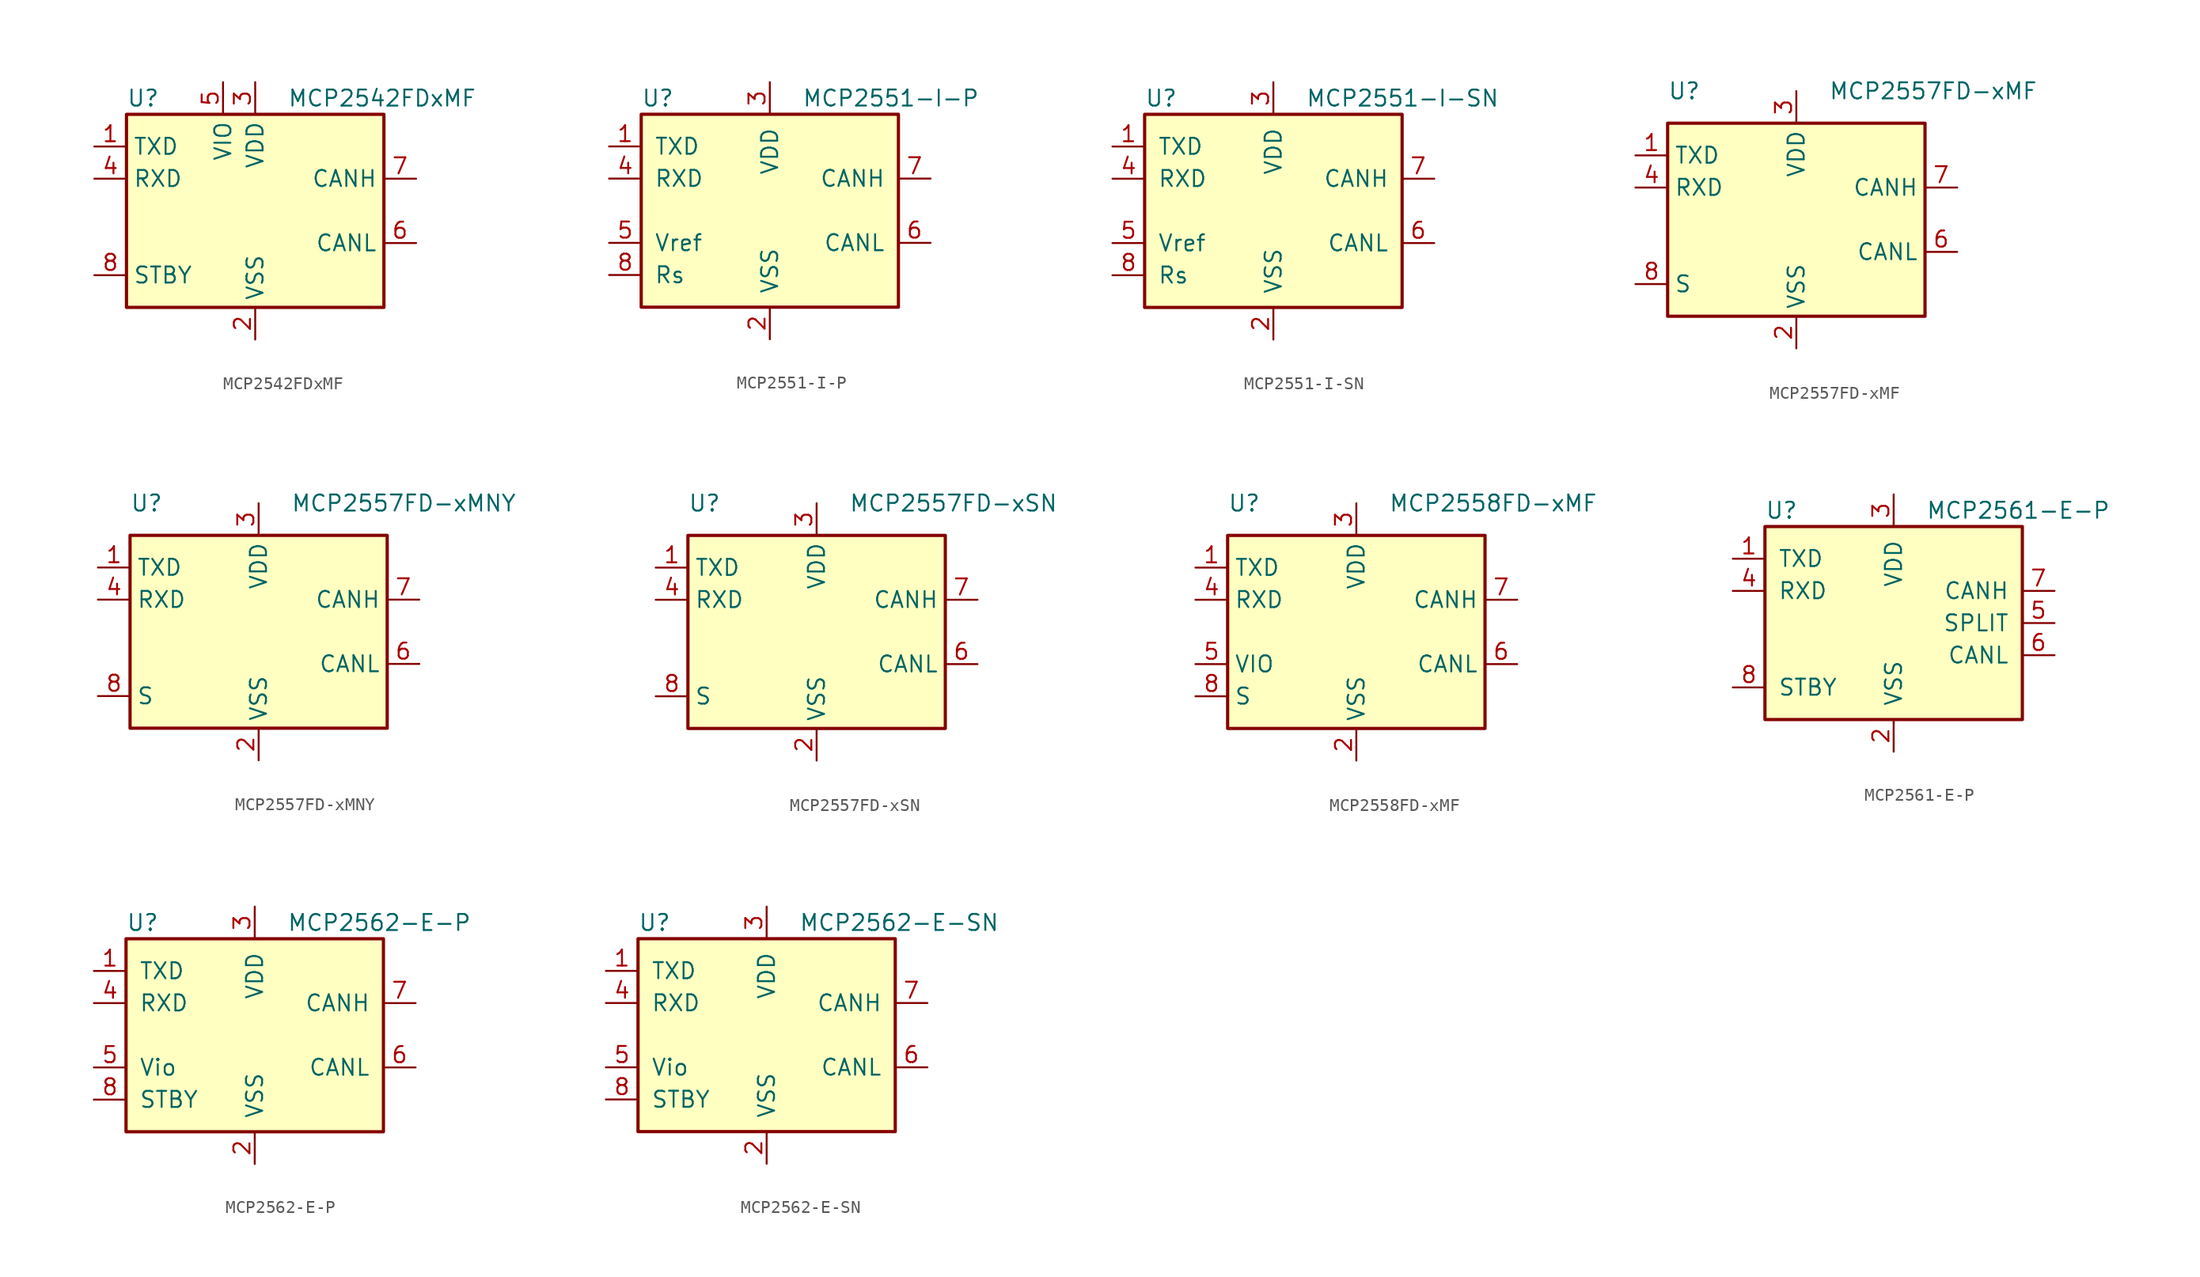
<source format=kicad_sym>
(kicad_symbol_lib
  (version 20211014)
  (generator kicad_symbol_editor)
  (symbol "MCP2542FDxMF"
    (property "Reference" "U"
      (at -10.16 8.89 0)
      (effects (font (size 1.27 1.27)) (justify left)))
    (property "Value" "MCP2542FDxMF"
      (at 2.54 8.89 0)
      (effects (font (size 1.27 1.27)) (justify left)))
    (symbol "MCP2542FDxMF_0_1"
      (rectangle (start -10.16 7.62) (end 10.16 -7.62) (stroke (width 0.254) (type default) (color 0 0 0 0)) (fill (type background))))
    (symbol "MCP2542FDxMF_1_1"
      (pin input line (at -12.7 5.08 0) (length 2.54) (name "TXD" (effects (font (size 1.27 1.27)))) (number "1" (effects (font (size 1.27 1.27)))))
      (pin power_in line (at 0 -10.16 90) (length 2.54) (name "VSS" (effects (font (size 1.27 1.27)))) (number "2" (effects (font (size 1.27 1.27)))))
      (pin power_in line (at 0 10.16 270) (length 2.54) (name "VDD" (effects (font (size 1.27 1.27)))) (number "3" (effects (font (size 1.27 1.27)))))
      (pin output line (at -12.7 2.54 0) (length 2.54) (name "RXD" (effects (font (size 1.27 1.27)))) (number "4" (effects (font (size 1.27 1.27)))))
      (pin power_in line (at -2.54 10.16 270) (length 2.54) (name "VIO" (effects (font (size 1.27 1.27)))) (number "5" (effects (font (size 1.27 1.27)))))
      (pin bidirectional line (at 12.7 -2.54 180) (length 2.54) (name "CANL" (effects (font (size 1.27 1.27)))) (number "6" (effects (font (size 1.27 1.27)))))
      (pin bidirectional line (at 12.7 2.54 180) (length 2.54) (name "CANH" (effects (font (size 1.27 1.27)))) (number "7" (effects (font (size 1.27 1.27)))))
      (pin input line (at -12.7 -5.08 0) (length 2.54) (name "STBY" (effects (font (size 1.27 1.27)))) (number "8" (effects (font (size 1.27 1.27)))))
      (pin passive line (at 0 -10.16 90) (length 2.54) hide (name "VSS" (effects (font (size 1.27 1.27)))) (number "9" (effects (font (size 1.27 1.27)))))))
  (symbol "MCP2551-I-P"
    (pin_names
      (offset 1.016))
    (property "Reference" "U"
      (at -10.16 8.89 0)
      (effects (font (size 1.27 1.27)) (justify left)))
    (property "Value" "MCP2551-I-P"
      (at 2.54 8.89 0)
      (effects (font (size 1.27 1.27)) (justify left)))
    (symbol "MCP2551-I-P_0_1"
      (rectangle (start -10.16 7.62) (end 10.16 -7.62) (stroke (width 0.254) (type default) (color 0 0 0 0)) (fill (type background))))
    (symbol "MCP2551-I-P_1_1"
      (pin input line (at -12.7 5.08 0) (length 2.54) (name "TXD" (effects (font (size 1.27 1.27)))) (number "1" (effects (font (size 1.27 1.27)))))
      (pin power_in line (at 0 -10.16 90) (length 2.54) (name "VSS" (effects (font (size 1.27 1.27)))) (number "2" (effects (font (size 1.27 1.27)))))
      (pin power_in line (at 0 10.16 270) (length 2.54) (name "VDD" (effects (font (size 1.27 1.27)))) (number "3" (effects (font (size 1.27 1.27)))))
      (pin output line (at -12.7 2.54 0) (length 2.54) (name "RXD" (effects (font (size 1.27 1.27)))) (number "4" (effects (font (size 1.27 1.27)))))
      (pin power_out line (at -12.7 -2.54 0) (length 2.54) (name "Vref" (effects (font (size 1.27 1.27)))) (number "5" (effects (font (size 1.27 1.27)))))
      (pin bidirectional line (at 12.7 -2.54 180) (length 2.54) (name "CANL" (effects (font (size 1.27 1.27)))) (number "6" (effects (font (size 1.27 1.27)))))
      (pin bidirectional line (at 12.7 2.54 180) (length 2.54) (name "CANH" (effects (font (size 1.27 1.27)))) (number "7" (effects (font (size 1.27 1.27)))))
      (pin input line (at -12.7 -5.08 0) (length 2.54) (name "Rs" (effects (font (size 1.27 1.27)))) (number "8" (effects (font (size 1.27 1.27)))))))
  (symbol "MCP2551-I-SN"
    (pin_names
      (offset 1.016))
    (property "Reference" "U"
      (at -10.16 8.89 0)
      (effects (font (size 1.27 1.27)) (justify left)))
    (property "Value" "MCP2551-I-SN"
      (at 2.54 8.89 0)
      (effects (font (size 1.27 1.27)) (justify left)))
    (symbol "MCP2551-I-SN_0_1"
      (rectangle (start -10.16 7.62) (end 10.16 -7.62) (stroke (width 0.254) (type default) (color 0 0 0 0)) (fill (type background))))
    (symbol "MCP2551-I-SN_1_1"
      (pin input line (at -12.7 5.08 0) (length 2.54) (name "TXD" (effects (font (size 1.27 1.27)))) (number "1" (effects (font (size 1.27 1.27)))))
      (pin power_in line (at 0 -10.16 90) (length 2.54) (name "VSS" (effects (font (size 1.27 1.27)))) (number "2" (effects (font (size 1.27 1.27)))))
      (pin power_in line (at 0 10.16 270) (length 2.54) (name "VDD" (effects (font (size 1.27 1.27)))) (number "3" (effects (font (size 1.27 1.27)))))
      (pin output line (at -12.7 2.54 0) (length 2.54) (name "RXD" (effects (font (size 1.27 1.27)))) (number "4" (effects (font (size 1.27 1.27)))))
      (pin power_out line (at -12.7 -2.54 0) (length 2.54) (name "Vref" (effects (font (size 1.27 1.27)))) (number "5" (effects (font (size 1.27 1.27)))))
      (pin bidirectional line (at 12.7 -2.54 180) (length 2.54) (name "CANL" (effects (font (size 1.27 1.27)))) (number "6" (effects (font (size 1.27 1.27)))))
      (pin bidirectional line (at 12.7 2.54 180) (length 2.54) (name "CANH" (effects (font (size 1.27 1.27)))) (number "7" (effects (font (size 1.27 1.27)))))
      (pin input line (at -12.7 -5.08 0) (length 2.54) (name "Rs" (effects (font (size 1.27 1.27)))) (number "8" (effects (font (size 1.27 1.27)))))))
  (symbol "MCP2557FD-xMF"
    (property "Reference" "U"
      (at -10.16 10.16 0)
      (effects (font (size 1.27 1.27)) (justify left)))
    (property "Value" "MCP2557FD-xMF"
      (at 2.54 10.16 0)
      (effects (font (size 1.27 1.27)) (justify left)))
    (symbol "MCP2557FD-xMF_0_1"
      (rectangle (start -10.16 7.62) (end 10.16 -7.62) (stroke (width 0.254) (type default) (color 0 0 0 0)) (fill (type background))))
    (symbol "MCP2557FD-xMF_1_1"
      (pin input line (at -12.7 5.08 0) (length 2.54) (name "TXD" (effects (font (size 1.27 1.27)))) (number "1" (effects (font (size 1.27 1.27)))))
      (pin power_in line (at 0 -10.16 90) (length 2.54) (name "VSS" (effects (font (size 1.27 1.27)))) (number "2" (effects (font (size 1.27 1.27)))))
      (pin power_in line (at 0 10.16 270) (length 2.54) (name "VDD" (effects (font (size 1.27 1.27)))) (number "3" (effects (font (size 1.27 1.27)))))
      (pin output line (at -12.7 2.54 0) (length 2.54) (name "RXD" (effects (font (size 1.27 1.27)))) (number "4" (effects (font (size 1.27 1.27)))))
      (pin no_connect line (at -10.16 -2.54 0) (length 2.54) hide (name "NC" (effects (font (size 1.27 1.27)))) (number "5" (effects (font (size 1.27 1.27)))))
      (pin bidirectional line (at 12.7 -2.54 180) (length 2.54) (name "CANL" (effects (font (size 1.27 1.27)))) (number "6" (effects (font (size 1.27 1.27)))))
      (pin bidirectional line (at 12.7 2.54 180) (length 2.54) (name "CANH" (effects (font (size 1.27 1.27)))) (number "7" (effects (font (size 1.27 1.27)))))
      (pin input line (at -12.7 -5.08 0) (length 2.54) (name "S" (effects (font (size 1.27 1.27)))) (number "8" (effects (font (size 1.27 1.27)))))
      (pin passive line (at 0 -10.16 90) (length 2.54) hide (name "VSS" (effects (font (size 1.27 1.27)))) (number "9" (effects (font (size 1.27 1.27)))))))
  (symbol "MCP2557FD-xMNY"
    (property "Reference" "U"
      (at -10.16 10.16 0)
      (effects (font (size 1.27 1.27)) (justify left)))
    (property "Value" "MCP2557FD-xMNY"
      (at 2.54 10.16 0)
      (effects (font (size 1.27 1.27)) (justify left)))
    (symbol "MCP2557FD-xMNY_0_1"
      (rectangle (start -10.16 7.62) (end 10.16 -7.62) (stroke (width 0.254) (type default) (color 0 0 0 0)) (fill (type background))))
    (symbol "MCP2557FD-xMNY_1_1"
      (pin input line (at -12.7 5.08 0) (length 2.54) (name "TXD" (effects (font (size 1.27 1.27)))) (number "1" (effects (font (size 1.27 1.27)))))
      (pin power_in line (at 0 -10.16 90) (length 2.54) (name "VSS" (effects (font (size 1.27 1.27)))) (number "2" (effects (font (size 1.27 1.27)))))
      (pin power_in line (at 0 10.16 270) (length 2.54) (name "VDD" (effects (font (size 1.27 1.27)))) (number "3" (effects (font (size 1.27 1.27)))))
      (pin output line (at -12.7 2.54 0) (length 2.54) (name "RXD" (effects (font (size 1.27 1.27)))) (number "4" (effects (font (size 1.27 1.27)))))
      (pin no_connect line (at -12.7 -2.54 0) (length 2.54) hide (name "NC" (effects (font (size 1.27 1.27)))) (number "5" (effects (font (size 1.27 1.27)))))
      (pin bidirectional line (at 12.7 -2.54 180) (length 2.54) (name "CANL" (effects (font (size 1.27 1.27)))) (number "6" (effects (font (size 1.27 1.27)))))
      (pin bidirectional line (at 12.7 2.54 180) (length 2.54) (name "CANH" (effects (font (size 1.27 1.27)))) (number "7" (effects (font (size 1.27 1.27)))))
      (pin input line (at -12.7 -5.08 0) (length 2.54) (name "S" (effects (font (size 1.27 1.27)))) (number "8" (effects (font (size 1.27 1.27)))))
      (pin passive line (at 0 -10.16 90) (length 2.54) hide (name "VSS" (effects (font (size 1.27 1.27)))) (number "9" (effects (font (size 1.27 1.27)))))))
  (symbol "MCP2557FD-xSN"
    (property "Reference" "U"
      (at -10.16 10.16 0)
      (effects (font (size 1.27 1.27)) (justify left)))
    (property "Value" "MCP2557FD-xSN"
      (at 2.54 10.16 0)
      (effects (font (size 1.27 1.27)) (justify left)))
    (symbol "MCP2557FD-xSN_0_1"
      (rectangle (start -10.16 7.62) (end 10.16 -7.62) (stroke (width 0.254) (type default) (color 0 0 0 0)) (fill (type background))))
    (symbol "MCP2557FD-xSN_1_1"
      (pin input line (at -12.7 5.08 0) (length 2.54) (name "TXD" (effects (font (size 1.27 1.27)))) (number "1" (effects (font (size 1.27 1.27)))))
      (pin power_in line (at 0 -10.16 90) (length 2.54) (name "VSS" (effects (font (size 1.27 1.27)))) (number "2" (effects (font (size 1.27 1.27)))))
      (pin power_in line (at 0 10.16 270) (length 2.54) (name "VDD" (effects (font (size 1.27 1.27)))) (number "3" (effects (font (size 1.27 1.27)))))
      (pin output line (at -12.7 2.54 0) (length 2.54) (name "RXD" (effects (font (size 1.27 1.27)))) (number "4" (effects (font (size 1.27 1.27)))))
      (pin no_connect line (at -12.7 -2.54 0) (length 2.54) hide (name "NC" (effects (font (size 1.27 1.27)))) (number "5" (effects (font (size 1.27 1.27)))))
      (pin bidirectional line (at 12.7 -2.54 180) (length 2.54) (name "CANL" (effects (font (size 1.27 1.27)))) (number "6" (effects (font (size 1.27 1.27)))))
      (pin bidirectional line (at 12.7 2.54 180) (length 2.54) (name "CANH" (effects (font (size 1.27 1.27)))) (number "7" (effects (font (size 1.27 1.27)))))
      (pin input line (at -12.7 -5.08 0) (length 2.54) (name "S" (effects (font (size 1.27 1.27)))) (number "8" (effects (font (size 1.27 1.27)))))))
  (symbol "MCP2558FD-xMF"
    (property "Reference" "U"
      (at -10.16 10.16 0)
      (effects (font (size 1.27 1.27)) (justify left)))
    (property "Value" "MCP2558FD-xMF"
      (at 2.54 10.16 0)
      (effects (font (size 1.27 1.27)) (justify left)))
    (symbol "MCP2558FD-xMF_0_1"
      (rectangle (start -10.16 7.62) (end 10.16 -7.62) (stroke (width 0.254) (type default) (color 0 0 0 0)) (fill (type background))))
    (symbol "MCP2558FD-xMF_1_1"
      (pin input line (at -12.7 5.08 0) (length 2.54) (name "TXD" (effects (font (size 1.27 1.27)))) (number "1" (effects (font (size 1.27 1.27)))))
      (pin power_in line (at 0 -10.16 90) (length 2.54) (name "VSS" (effects (font (size 1.27 1.27)))) (number "2" (effects (font (size 1.27 1.27)))))
      (pin power_in line (at 0 10.16 270) (length 2.54) (name "VDD" (effects (font (size 1.27 1.27)))) (number "3" (effects (font (size 1.27 1.27)))))
      (pin output line (at -12.7 2.54 0) (length 2.54) (name "RXD" (effects (font (size 1.27 1.27)))) (number "4" (effects (font (size 1.27 1.27)))))
      (pin power_in line (at -12.7 -2.54 0) (length 2.54) (name "VIO" (effects (font (size 1.27 1.27)))) (number "5" (effects (font (size 1.27 1.27)))))
      (pin bidirectional line (at 12.7 -2.54 180) (length 2.54) (name "CANL" (effects (font (size 1.27 1.27)))) (number "6" (effects (font (size 1.27 1.27)))))
      (pin bidirectional line (at 12.7 2.54 180) (length 2.54) (name "CANH" (effects (font (size 1.27 1.27)))) (number "7" (effects (font (size 1.27 1.27)))))
      (pin input line (at -12.7 -5.08 0) (length 2.54) (name "S" (effects (font (size 1.27 1.27)))) (number "8" (effects (font (size 1.27 1.27)))))
      (pin passive line (at 0 -10.16 90) (length 2.54) hide (name "VSS" (effects (font (size 1.27 1.27)))) (number "9" (effects (font (size 1.27 1.27)))))))
  (symbol "MCP2561-E-P"
    (pin_names
      (offset 1.016))
    (property "Reference" "U"
      (at -10.16 8.89 0)
      (effects (font (size 1.27 1.27)) (justify left)))
    (property "Value" "MCP2561-E-P"
      (at 2.54 8.89 0)
      (effects (font (size 1.27 1.27)) (justify left)))
    (symbol "MCP2561-E-P_0_1"
      (rectangle (start -10.16 7.62) (end 10.16 -7.62) (stroke (width 0.254) (type default) (color 0 0 0 0)) (fill (type background))))
    (symbol "MCP2561-E-P_1_1"
      (pin input line (at -12.7 5.08 0) (length 2.54) (name "TXD" (effects (font (size 1.27 1.27)))) (number "1" (effects (font (size 1.27 1.27)))))
      (pin power_in line (at 0 -10.16 90) (length 2.54) (name "VSS" (effects (font (size 1.27 1.27)))) (number "2" (effects (font (size 1.27 1.27)))))
      (pin power_in line (at 0 10.16 270) (length 2.54) (name "VDD" (effects (font (size 1.27 1.27)))) (number "3" (effects (font (size 1.27 1.27)))))
      (pin output line (at -12.7 2.54 0) (length 2.54) (name "RXD" (effects (font (size 1.27 1.27)))) (number "4" (effects (font (size 1.27 1.27)))))
      (pin passive line (at 12.7 0 180) (length 2.54) (name "SPLIT" (effects (font (size 1.27 1.27)))) (number "5" (effects (font (size 1.27 1.27)))))
      (pin bidirectional line (at 12.7 -2.54 180) (length 2.54) (name "CANL" (effects (font (size 1.27 1.27)))) (number "6" (effects (font (size 1.27 1.27)))))
      (pin bidirectional line (at 12.7 2.54 180) (length 2.54) (name "CANH" (effects (font (size 1.27 1.27)))) (number "7" (effects (font (size 1.27 1.27)))))
      (pin input line (at -12.7 -5.08 0) (length 2.54) (name "STBY" (effects (font (size 1.27 1.27)))) (number "8" (effects (font (size 1.27 1.27)))))))
  (symbol "MCP2562-E-P"
    (pin_names
      (offset 1.016))
    (property "Reference" "U"
      (at -10.16 8.89 0)
      (effects (font (size 1.27 1.27)) (justify left)))
    (property "Value" "MCP2562-E-P"
      (at 2.54 8.89 0)
      (effects (font (size 1.27 1.27)) (justify left)))
    (symbol "MCP2562-E-P_0_1"
      (rectangle (start -10.16 7.62) (end 10.16 -7.62) (stroke (width 0.254) (type default) (color 0 0 0 0)) (fill (type background))))
    (symbol "MCP2562-E-P_1_1"
      (pin input line (at -12.7 5.08 0) (length 2.54) (name "TXD" (effects (font (size 1.27 1.27)))) (number "1" (effects (font (size 1.27 1.27)))))
      (pin power_in line (at 0 -10.16 90) (length 2.54) (name "VSS" (effects (font (size 1.27 1.27)))) (number "2" (effects (font (size 1.27 1.27)))))
      (pin power_in line (at 0 10.16 270) (length 2.54) (name "VDD" (effects (font (size 1.27 1.27)))) (number "3" (effects (font (size 1.27 1.27)))))
      (pin output line (at -12.7 2.54 0) (length 2.54) (name "RXD" (effects (font (size 1.27 1.27)))) (number "4" (effects (font (size 1.27 1.27)))))
      (pin power_in line (at -12.7 -2.54 0) (length 2.54) (name "Vio" (effects (font (size 1.27 1.27)))) (number "5" (effects (font (size 1.27 1.27)))))
      (pin bidirectional line (at 12.7 -2.54 180) (length 2.54) (name "CANL" (effects (font (size 1.27 1.27)))) (number "6" (effects (font (size 1.27 1.27)))))
      (pin bidirectional line (at 12.7 2.54 180) (length 2.54) (name "CANH" (effects (font (size 1.27 1.27)))) (number "7" (effects (font (size 1.27 1.27)))))
      (pin input line (at -12.7 -5.08 0) (length 2.54) (name "STBY" (effects (font (size 1.27 1.27)))) (number "8" (effects (font (size 1.27 1.27)))))))
  (symbol "MCP2562-E-SN"
    (pin_names
      (offset 1.016))
    (property "Reference" "U"
      (at -10.16 8.89 0)
      (effects (font (size 1.27 1.27)) (justify left)))
    (property "Value" "MCP2562-E-SN"
      (at 2.54 8.89 0)
      (effects (font (size 1.27 1.27)) (justify left)))
    (symbol "MCP2562-E-SN_0_1"
      (rectangle (start -10.16 7.62) (end 10.16 -7.62) (stroke (width 0.254) (type default) (color 0 0 0 0)) (fill (type background))))
    (symbol "MCP2562-E-SN_1_1"
      (pin input line (at -12.7 5.08 0) (length 2.54) (name "TXD" (effects (font (size 1.27 1.27)))) (number "1" (effects (font (size 1.27 1.27)))))
      (pin power_in line (at 0 -10.16 90) (length 2.54) (name "VSS" (effects (font (size 1.27 1.27)))) (number "2" (effects (font (size 1.27 1.27)))))
      (pin power_in line (at 0 10.16 270) (length 2.54) (name "VDD" (effects (font (size 1.27 1.27)))) (number "3" (effects (font (size 1.27 1.27)))))
      (pin output line (at -12.7 2.54 0) (length 2.54) (name "RXD" (effects (font (size 1.27 1.27)))) (number "4" (effects (font (size 1.27 1.27)))))
      (pin power_in line (at -12.7 -2.54 0) (length 2.54) (name "Vio" (effects (font (size 1.27 1.27)))) (number "5" (effects (font (size 1.27 1.27)))))
      (pin bidirectional line (at 12.7 -2.54 180) (length 2.54) (name "CANL" (effects (font (size 1.27 1.27)))) (number "6" (effects (font (size 1.27 1.27)))))
      (pin bidirectional line (at 12.7 2.54 180) (length 2.54) (name "CANH" (effects (font (size 1.27 1.27)))) (number "7" (effects (font (size 1.27 1.27)))))
      (pin input line (at -12.7 -5.08 0) (length 2.54) (name "STBY" (effects (font (size 1.27 1.27)))) (number "8" (effects (font (size 1.27 1.27))))))))
</source>
